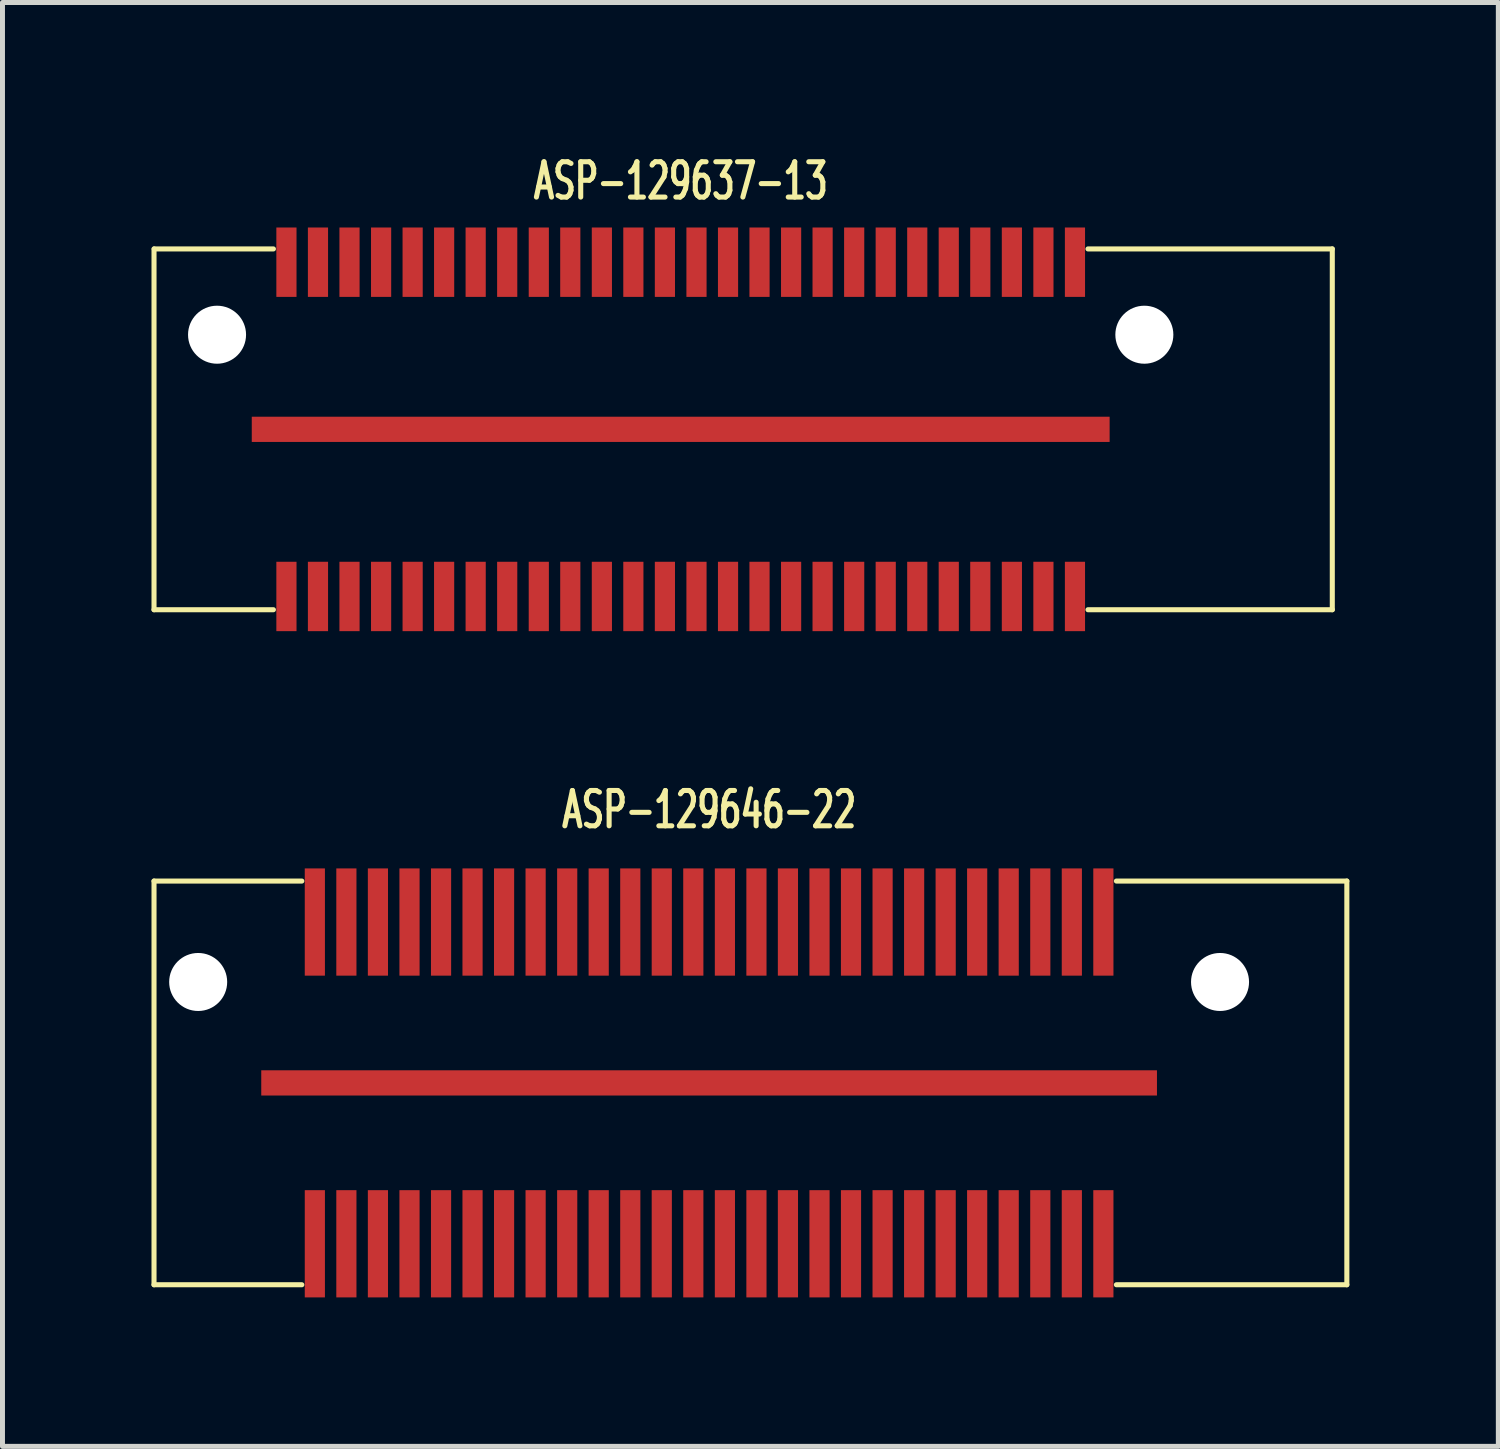
<source format=kicad_pcb>
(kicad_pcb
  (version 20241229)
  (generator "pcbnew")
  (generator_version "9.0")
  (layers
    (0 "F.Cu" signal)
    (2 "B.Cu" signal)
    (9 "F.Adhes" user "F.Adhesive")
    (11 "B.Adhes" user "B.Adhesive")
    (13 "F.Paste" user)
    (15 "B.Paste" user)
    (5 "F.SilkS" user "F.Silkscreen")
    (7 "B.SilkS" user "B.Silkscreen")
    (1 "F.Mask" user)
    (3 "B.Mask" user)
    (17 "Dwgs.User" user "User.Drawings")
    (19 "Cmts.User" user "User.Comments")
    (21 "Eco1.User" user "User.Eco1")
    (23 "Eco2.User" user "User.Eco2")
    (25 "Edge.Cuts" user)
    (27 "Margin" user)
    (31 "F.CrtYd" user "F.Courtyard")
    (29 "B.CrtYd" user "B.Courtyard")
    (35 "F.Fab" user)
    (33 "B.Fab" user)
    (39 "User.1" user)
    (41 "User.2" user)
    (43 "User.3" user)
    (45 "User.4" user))
  (footprint "ASP-129646-22"
    (layer "F.Cu")
    (at 11.227 18.753)
    (property "Reference" "ASP-129646-22" (at 0 -5.5 0) (layer "F.SilkS") (effects (font (size 0.711 0.457) (thickness 0.102))))
    (attr through_hole)
    (fp_line (start -11.176 -4.064) (end -11.176 4.064) (stroke (width 0.102) (type solid)) (layer "F.SilkS"))
    (fp_line (start -11.176 4.064) (end -8.2 4.064) (stroke (width 0.102) (type solid)) (layer "F.SilkS"))
    (fp_line (start -8.2 -4.064) (end -11.176 -4.064) (stroke (width 0.102) (type solid)) (layer "F.SilkS"))
    (fp_line (start 8.2 4.064) (end 12.84 4.064) (stroke (width 0.102) (type solid)) (layer "F.SilkS"))
    (fp_line (start 12.84 -4.064) (end 8.2 -4.064) (stroke (width 0.102) (type solid)) (layer "F.SilkS"))
    (fp_line (start 12.84 4.064) (end 12.84 -4.064) (stroke (width 0.102) (type solid)) (layer "F.SilkS"))
    (pad "" np_thru_hole circle (at -10.287 -2.032) (size 1.168 1.168) (drill 1.168) (layers "*.Cu" "*.Mask"))
    (pad "" np_thru_hole circle (at 10.287 -2.032) (size 1.168 1.168) (drill 1.168) (layers "*.Cu" "*.Mask"))
    (pad "1" connect rect (at -7.938 -3.239) (size 0.406 2.159) (layers "F.Cu" "F.Mask"))
    (pad "2" connect rect (at -7.938 3.239) (size 0.406 2.159) (layers "F.Cu" "F.Mask"))
    (pad "3" connect rect (at -7.303 -3.239) (size 0.406 2.159) (layers "F.Cu" "F.Mask"))
    (pad "4" connect rect (at -7.303 3.239) (size 0.406 2.159) (layers "F.Cu" "F.Mask"))
    (pad "5" connect rect (at -6.668 -3.239) (size 0.406 2.159) (layers "F.Cu" "F.Mask"))
    (pad "6" connect rect (at -6.668 3.239) (size 0.406 2.159) (layers "F.Cu" "F.Mask"))
    (pad "7" connect rect (at -6.032 -3.239) (size 0.406 2.159) (layers "F.Cu" "F.Mask"))
    (pad "8" connect rect (at -6.032 3.239) (size 0.406 2.159) (layers "F.Cu" "F.Mask"))
    (pad "9" connect rect (at -5.397 -3.239) (size 0.406 2.159) (layers "F.Cu" "F.Mask"))
    (pad "10" connect rect (at -5.397 3.239) (size 0.406 2.159) (layers "F.Cu" "F.Mask"))
    (pad "11" connect rect (at -4.763 -3.239) (size 0.406 2.159) (layers "F.Cu" "F.Mask"))
    (pad "12" connect rect (at -4.763 3.239) (size 0.406 2.159) (layers "F.Cu" "F.Mask"))
    (pad "13" connect rect (at -4.128 -3.239) (size 0.406 2.159) (layers "F.Cu" "F.Mask"))
    (pad "14" connect rect (at -4.128 3.239) (size 0.406 2.159) (layers "F.Cu" "F.Mask"))
    (pad "15" connect rect (at -3.493 -3.239) (size 0.406 2.159) (layers "F.Cu" "F.Mask"))
    (pad "16" connect rect (at -3.493 3.239) (size 0.406 2.159) (layers "F.Cu" "F.Mask"))
    (pad "17" connect rect (at -2.857 -3.239) (size 0.406 2.159) (layers "F.Cu" "F.Mask"))
    (pad "18" connect rect (at -2.857 3.239) (size 0.406 2.159) (layers "F.Cu" "F.Mask"))
    (pad "19" connect rect (at -2.223 -3.239) (size 0.406 2.159) (layers "F.Cu" "F.Mask"))
    (pad "20" connect rect (at -2.223 3.239) (size 0.406 2.159) (layers "F.Cu" "F.Mask"))
    (pad "21" connect rect (at -1.587 -3.239) (size 0.406 2.159) (layers "F.Cu" "F.Mask"))
    (pad "22" connect rect (at -1.587 3.239) (size 0.406 2.159) (layers "F.Cu" "F.Mask"))
    (pad "23" connect rect (at -0.953 -3.239) (size 0.406 2.159) (layers "F.Cu" "F.Mask"))
    (pad "24" connect rect (at -0.953 3.239) (size 0.406 2.159) (layers "F.Cu" "F.Mask"))
    (pad "25" connect rect (at -0.318 -3.239) (size 0.406 2.159) (layers "F.Cu" "F.Mask"))
    (pad "26" connect rect (at -0.318 3.239) (size 0.406 2.159) (layers "F.Cu" "F.Mask"))
    (pad "27" connect rect (at 0.318 -3.239) (size 0.406 2.159) (layers "F.Cu" "F.Mask"))
    (pad "28" connect rect (at 0.318 3.239) (size 0.406 2.159) (layers "F.Cu" "F.Mask"))
    (pad "29" connect rect (at 0.953 -3.239) (size 0.406 2.159) (layers "F.Cu" "F.Mask"))
    (pad "30" connect rect (at 0.953 3.239) (size 0.406 2.159) (layers "F.Cu" "F.Mask"))
    (pad "31" connect rect (at 1.587 -3.239) (size 0.406 2.159) (layers "F.Cu" "F.Mask"))
    (pad "32" connect rect (at 1.587 3.239) (size 0.406 2.159) (layers "F.Cu" "F.Mask"))
    (pad "33" connect rect (at 2.223 -3.239) (size 0.406 2.159) (layers "F.Cu" "F.Mask"))
    (pad "34" connect rect (at 2.223 3.239) (size 0.406 2.159) (layers "F.Cu" "F.Mask"))
    (pad "35" connect rect (at 2.857 -3.239) (size 0.406 2.159) (layers "F.Cu" "F.Mask"))
    (pad "36" connect rect (at 2.857 3.239) (size 0.406 2.159) (layers "F.Cu" "F.Mask"))
    (pad "37" connect rect (at 3.493 -3.239) (size 0.406 2.159) (layers "F.Cu" "F.Mask"))
    (pad "38" connect rect (at 3.493 3.239) (size 0.406 2.159) (layers "F.Cu" "F.Mask"))
    (pad "39" connect rect (at 4.128 -3.239) (size 0.406 2.159) (layers "F.Cu" "F.Mask"))
    (pad "40" connect rect (at 4.128 3.239) (size 0.406 2.159) (layers "F.Cu" "F.Mask"))
    (pad "41" connect rect (at 4.763 -3.239) (size 0.406 2.159) (layers "F.Cu" "F.Mask"))
    (pad "42" connect rect (at 4.763 3.239) (size 0.406 2.159) (layers "F.Cu" "F.Mask"))
    (pad "43" connect rect (at 5.397 -3.239) (size 0.406 2.159) (layers "F.Cu" "F.Mask"))
    (pad "44" connect rect (at 5.397 3.239) (size 0.406 2.159) (layers "F.Cu" "F.Mask"))
    (pad "45" connect rect (at 6.032 -3.239) (size 0.406 2.159) (layers "F.Cu" "F.Mask"))
    (pad "46" connect rect (at 6.032 3.239) (size 0.406 2.159) (layers "F.Cu" "F.Mask"))
    (pad "47" connect rect (at 6.668 -3.239) (size 0.406 2.159) (layers "F.Cu" "F.Mask"))
    (pad "48" connect rect (at 6.668 3.239) (size 0.406 2.159) (layers "F.Cu" "F.Mask"))
    (pad "49" connect rect (at 7.303 -3.239) (size 0.406 2.159) (layers "F.Cu" "F.Mask"))
    (pad "50" connect rect (at 7.303 3.239) (size 0.406 2.159) (layers "F.Cu" "F.Mask"))
    (pad "51" connect rect (at 7.938 -3.239) (size 0.406 2.159) (layers "F.Cu" "F.Mask"))
    (pad "52" connect rect (at 7.938 3.239) (size 0.406 2.159) (layers "F.Cu" "F.Mask"))
    (pad "53" connect rect (at 0 0) (size 18.034 0.508) (layers "F.Cu" "F.Mask")))
  (footprint "ASP-129637-13"
    (layer "F.Cu")
    (at 10.655 5.594)
    (property "Reference" "ASP-129637-13" (at 0 -5 0) (layer "F.SilkS") (effects (font (size 0.711 0.457) (thickness 0.102))))
    (attr through_hole)
    (fp_line (start -10.604 -3.632) (end -10.604 3.632) (stroke (width 0.102) (type solid)) (layer "F.SilkS"))
    (fp_line (start -10.604 3.632) (end -8.2 3.632) (stroke (width 0.102) (type solid)) (layer "F.SilkS"))
    (fp_line (start -10.6 -3.632) (end -8.2 -3.632) (stroke (width 0.102) (type solid)) (layer "F.SilkS"))
    (fp_line (start 13.119 -3.632) (end 8.2 -3.632) (stroke (width 0.102) (type solid)) (layer "F.SilkS"))
    (fp_line (start 13.119 -3.632) (end 13.119 3.632) (stroke (width 0.102) (type solid)) (layer "F.SilkS"))
    (fp_line (start 13.119 3.632) (end 8.2 3.632) (stroke (width 0.102) (type solid)) (layer "F.SilkS"))
    (pad "" np_thru_hole circle (at -9.335 -1.905) (size 1.168 1.168) (drill 1.168) (layers "*.Cu" "*.Mask"))
    (pad "" np_thru_hole circle (at 9.335 -1.905) (size 1.168 1.168) (drill 1.168) (layers "*.Cu" "*.Mask"))
    (pad "1" smd rect (at -7.938 3.365) (size 0.406 1.397) (layers "F.Cu" "F.Mask" "F.Paste"))
    (pad "2" smd rect (at -7.938 -3.365) (size 0.406 1.397) (layers "F.Cu" "F.Mask" "F.Paste"))
    (pad "3" smd rect (at -7.303 3.365) (size 0.406 1.397) (layers "F.Cu" "F.Mask" "F.Paste"))
    (pad "4" smd rect (at -7.303 -3.365) (size 0.406 1.397) (layers "F.Cu" "F.Mask" "F.Paste"))
    (pad "5" smd rect (at -6.668 3.365) (size 0.406 1.397) (layers "F.Cu" "F.Mask" "F.Paste"))
    (pad "6" smd rect (at -6.668 -3.365) (size 0.406 1.397) (layers "F.Cu" "F.Mask" "F.Paste"))
    (pad "7" smd rect (at -6.032 3.365) (size 0.406 1.397) (layers "F.Cu" "F.Mask" "F.Paste"))
    (pad "8" smd rect (at -6.032 -3.365) (size 0.406 1.397) (layers "F.Cu" "F.Mask" "F.Paste"))
    (pad "9" smd rect (at -5.397 3.365) (size 0.406 1.397) (layers "F.Cu" "F.Mask" "F.Paste"))
    (pad "10" smd rect (at -5.397 -3.365) (size 0.406 1.397) (layers "F.Cu" "F.Mask" "F.Paste"))
    (pad "11" smd rect (at -4.763 3.365) (size 0.406 1.397) (layers "F.Cu" "F.Mask" "F.Paste"))
    (pad "12" smd rect (at -4.763 -3.365) (size 0.406 1.397) (layers "F.Cu" "F.Mask" "F.Paste"))
    (pad "13" smd rect (at -4.128 3.365) (size 0.406 1.397) (layers "F.Cu" "F.Mask" "F.Paste"))
    (pad "14" smd rect (at -4.128 -3.365) (size 0.406 1.397) (layers "F.Cu" "F.Mask" "F.Paste"))
    (pad "15" smd rect (at -3.493 3.365) (size 0.406 1.397) (layers "F.Cu" "F.Mask" "F.Paste"))
    (pad "16" smd rect (at -3.493 -3.365) (size 0.406 1.397) (layers "F.Cu" "F.Mask" "F.Paste"))
    (pad "17" smd rect (at -2.857 3.365) (size 0.406 1.397) (layers "F.Cu" "F.Mask" "F.Paste"))
    (pad "18" smd rect (at -2.857 -3.365) (size 0.406 1.397) (layers "F.Cu" "F.Mask" "F.Paste"))
    (pad "19" smd rect (at -2.223 3.365) (size 0.406 1.397) (layers "F.Cu" "F.Mask" "F.Paste"))
    (pad "20" smd rect (at -2.223 -3.365) (size 0.406 1.397) (layers "F.Cu" "F.Mask" "F.Paste"))
    (pad "21" smd rect (at -1.587 3.365) (size 0.406 1.397) (layers "F.Cu" "F.Mask" "F.Paste"))
    (pad "22" smd rect (at -1.587 -3.365) (size 0.406 1.397) (layers "F.Cu" "F.Mask" "F.Paste"))
    (pad "23" smd rect (at -0.953 3.365) (size 0.406 1.397) (layers "F.Cu" "F.Mask" "F.Paste"))
    (pad "24" smd rect (at -0.953 -3.365) (size 0.406 1.397) (layers "F.Cu" "F.Mask" "F.Paste"))
    (pad "25" smd rect (at -0.318 3.365) (size 0.406 1.397) (layers "F.Cu" "F.Mask" "F.Paste"))
    (pad "26" smd rect (at -0.318 -3.365) (size 0.406 1.397) (layers "F.Cu" "F.Mask" "F.Paste"))
    (pad "27" smd rect (at 0.318 3.365) (size 0.406 1.397) (layers "F.Cu" "F.Mask" "F.Paste"))
    (pad "28" smd rect (at 0.318 -3.365) (size 0.406 1.397) (layers "F.Cu" "F.Mask" "F.Paste"))
    (pad "29" smd rect (at 0.953 3.365) (size 0.406 1.397) (layers "F.Cu" "F.Mask" "F.Paste"))
    (pad "30" smd rect (at 0.953 -3.365) (size 0.406 1.397) (layers "F.Cu" "F.Mask" "F.Paste"))
    (pad "31" smd rect (at 1.587 3.365) (size 0.406 1.397) (layers "F.Cu" "F.Mask" "F.Paste"))
    (pad "32" smd rect (at 1.587 -3.365) (size 0.406 1.397) (layers "F.Cu" "F.Mask" "F.Paste"))
    (pad "33" smd rect (at 2.223 3.365) (size 0.406 1.397) (layers "F.Cu" "F.Mask" "F.Paste"))
    (pad "34" smd rect (at 2.223 -3.365) (size 0.406 1.397) (layers "F.Cu" "F.Mask" "F.Paste"))
    (pad "35" smd rect (at 2.857 3.365) (size 0.406 1.397) (layers "F.Cu" "F.Mask" "F.Paste"))
    (pad "36" smd rect (at 2.857 -3.365) (size 0.406 1.397) (layers "F.Cu" "F.Mask" "F.Paste"))
    (pad "37" smd rect (at 3.493 3.365) (size 0.406 1.397) (layers "F.Cu" "F.Mask" "F.Paste"))
    (pad "38" smd rect (at 3.493 -3.365) (size 0.406 1.397) (layers "F.Cu" "F.Mask" "F.Paste"))
    (pad "39" smd rect (at 4.128 3.365) (size 0.406 1.397) (layers "F.Cu" "F.Mask" "F.Paste"))
    (pad "40" smd rect (at 4.128 -3.365) (size 0.406 1.397) (layers "F.Cu" "F.Mask" "F.Paste"))
    (pad "41" smd rect (at 4.763 3.365) (size 0.406 1.397) (layers "F.Cu" "F.Mask" "F.Paste"))
    (pad "42" smd rect (at 4.763 -3.365) (size 0.406 1.397) (layers "F.Cu" "F.Mask" "F.Paste"))
    (pad "43" smd rect (at 5.397 3.365) (size 0.406 1.397) (layers "F.Cu" "F.Mask" "F.Paste"))
    (pad "44" smd rect (at 5.397 -3.365) (size 0.406 1.397) (layers "F.Cu" "F.Mask" "F.Paste"))
    (pad "45" smd rect (at 6.032 3.365) (size 0.406 1.397) (layers "F.Cu" "F.Mask" "F.Paste"))
    (pad "46" smd rect (at 6.032 -3.365) (size 0.406 1.397) (layers "F.Cu" "F.Mask" "F.Paste"))
    (pad "47" smd rect (at 6.668 3.365) (size 0.406 1.397) (layers "F.Cu" "F.Mask" "F.Paste"))
    (pad "48" smd rect (at 6.668 -3.365) (size 0.406 1.397) (layers "F.Cu" "F.Mask" "F.Paste"))
    (pad "49" smd rect (at 7.303 3.365) (size 0.406 1.397) (layers "F.Cu" "F.Mask" "F.Paste"))
    (pad "50" smd rect (at 7.303 -3.365) (size 0.406 1.397) (layers "F.Cu" "F.Mask" "F.Paste"))
    (pad "51" smd rect (at 7.938 3.365) (size 0.406 1.397) (layers "F.Cu" "F.Mask" "F.Paste"))
    (pad "52" smd rect (at 7.938 -3.365) (size 0.406 1.397) (layers "F.Cu" "F.Mask" "F.Paste"))
    (pad "53" smd rect (at 0 0) (size 17.272 0.508) (layers "F.Cu" "F.Mask" "F.Paste")))
  (gr_rect
    (start -3 -3)
    (end 27.117 26.071)
    (stroke (width 0.1) (type default))
    (fill no)
    (layer "Edge.Cuts")))
</source>
